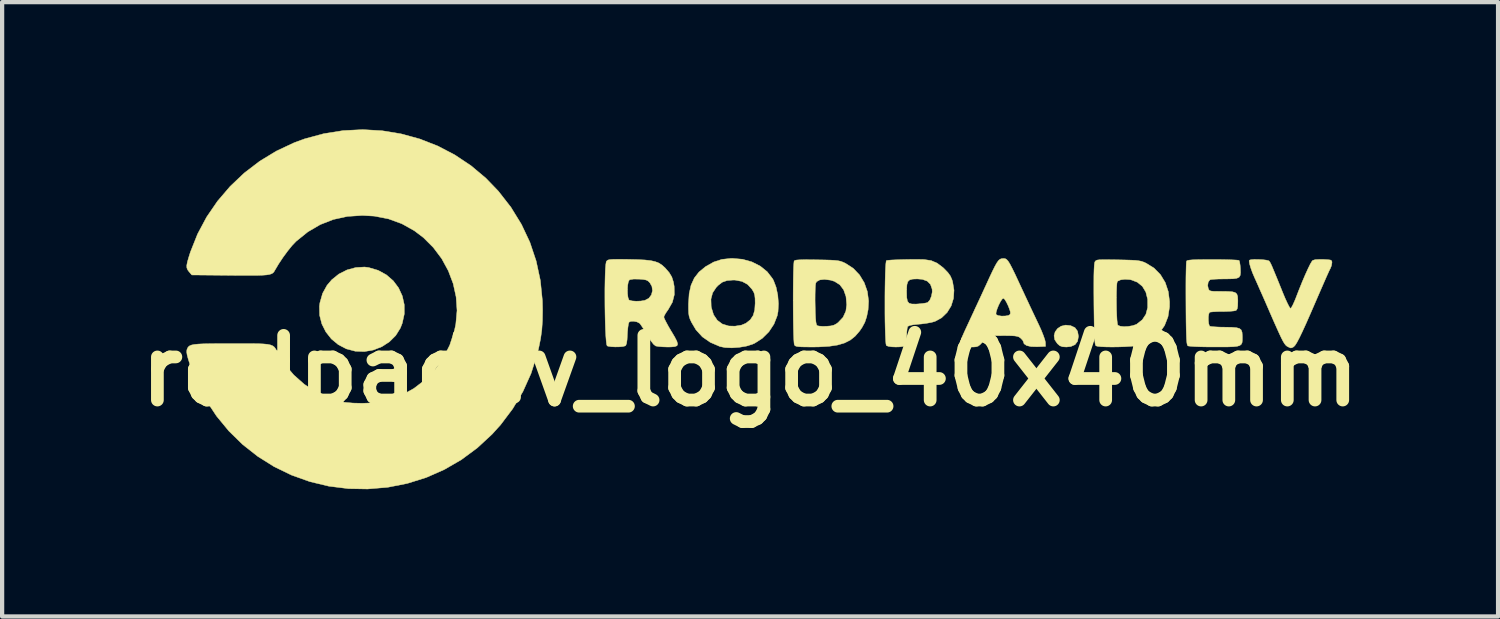
<source format=kicad_pcb>
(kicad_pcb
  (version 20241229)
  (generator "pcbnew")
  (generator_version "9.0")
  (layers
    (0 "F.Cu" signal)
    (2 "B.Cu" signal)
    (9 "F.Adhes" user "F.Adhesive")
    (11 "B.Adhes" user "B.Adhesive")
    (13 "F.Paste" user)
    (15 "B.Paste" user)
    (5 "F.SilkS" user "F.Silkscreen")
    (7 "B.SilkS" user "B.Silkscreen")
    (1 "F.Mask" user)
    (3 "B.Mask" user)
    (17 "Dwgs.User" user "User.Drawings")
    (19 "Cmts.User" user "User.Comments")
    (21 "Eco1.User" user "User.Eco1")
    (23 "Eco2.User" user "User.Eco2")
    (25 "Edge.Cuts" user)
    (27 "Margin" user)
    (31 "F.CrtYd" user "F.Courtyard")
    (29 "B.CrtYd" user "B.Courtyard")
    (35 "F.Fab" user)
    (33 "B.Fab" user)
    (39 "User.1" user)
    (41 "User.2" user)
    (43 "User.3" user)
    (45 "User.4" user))
  (footprint "rodpadev_logo_40x40mm"
    (layer "F.Cu")
    (at 14.63 5.69)
    (property "Reference" "rodpadev_logo_40x40mm" (at 0 0 0) (layer "F.SilkS") (effects (font (size 1.524 1.524) (thickness 0.3))))
    (attr through_hole)
    (fp_poly (pts (xy 7.555 -1.065) (xy 7.658 -1.017) (xy 7.719 -0.934) (xy 7.74 -0.817) (xy 7.74 -0.81) (xy 7.72 -0.696) (xy 7.66 -0.616) (xy 7.56 -0.572) (xy 7.456 -0.561) (xy 7.365 -0.567) (xy 7.302 -0.59) (xy 7.244 -0.64) (xy 7.182 -0.731) (xy 7.166 -0.827) (xy 7.19 -0.917) (xy 7.247 -0.995) (xy 7.331 -1.051) (xy 7.437 -1.077) (xy 7.555 -1.065)) (stroke (width 0.01) (type solid)) (fill yes) (layer "F.SilkS"))
    (fp_poly (pts (xy -8.99 -2.434) (xy -8.767 -2.368) (xy -8.573 -2.262) (xy -8.411 -2.122) (xy -8.285 -1.954) (xy -8.197 -1.763) (xy -8.151 -1.557) (xy -8.15 -1.341) (xy -8.198 -1.122) (xy -8.243 -1.007) (xy -8.352 -0.832) (xy -8.501 -0.684) (xy -8.68 -0.568) (xy -8.881 -0.49) (xy -9.094 -0.453) (xy -9.303 -0.461) (xy -9.516 -0.517) (xy -9.706 -0.616) (xy -9.869 -0.751) (xy -9.999 -0.916) (xy -10.093 -1.103) (xy -10.146 -1.307) (xy -10.151 -1.52) (xy -10.139 -1.605) (xy -10.076 -1.825) (xy -9.971 -2.015) (xy -9.859 -2.147) (xy -9.692 -2.281) (xy -9.5 -2.378) (xy -9.294 -2.434) (xy -9.087 -2.446) (xy -8.99 -2.434)) (stroke (width 0.01) (type solid)) (fill yes) (layer "F.SilkS"))
    (fp_poly (pts (xy -0.179 -2.629) (xy 0.043 -2.567) (xy 0.239 -2.468) (xy 0.404 -2.335) (xy 0.53 -2.171) (xy 0.552 -2.132) (xy 0.613 -1.972) (xy 0.653 -1.783) (xy 0.669 -1.583) (xy 0.659 -1.395) (xy 0.64 -1.297) (xy 0.563 -1.1) (xy 0.443 -0.919) (xy 0.289 -0.766) (xy 0.111 -0.651) (xy 0.055 -0.626) (xy -0.09 -0.581) (xy -0.258 -0.553) (xy -0.43 -0.541) (xy -0.589 -0.548) (xy -0.709 -0.572) (xy -0.937 -0.67) (xy -1.124 -0.8) (xy -1.275 -0.965) (xy -1.382 -1.146) (xy -1.416 -1.22) (xy -1.437 -1.286) (xy -1.448 -1.359) (xy -1.452 -1.456) (xy -1.452 -1.577) (xy -1.444 -1.69) (xy -0.922 -1.69) (xy -0.917 -1.52) (xy -0.912 -1.49) (xy -0.86 -1.32) (xy -0.773 -1.191) (xy -0.653 -1.102) (xy -0.501 -1.056) (xy -0.356 -1.052) (xy -0.204 -1.076) (xy -0.097 -1.121) (xy 0.006 -1.203) (xy 0.073 -1.304) (xy 0.11 -1.434) (xy 0.12 -1.593) (xy 0.118 -1.707) (xy 0.109 -1.786) (xy 0.089 -1.848) (xy 0.053 -1.91) (xy 0.047 -1.92) (xy -0.057 -2.035) (xy -0.189 -2.107) (xy -0.353 -2.138) (xy -0.401 -2.139) (xy -0.544 -2.127) (xy -0.656 -2.088) (xy -0.754 -2.012) (xy -0.797 -1.967) (xy -0.883 -1.837) (xy -0.922 -1.69) (xy -1.444 -1.69) (xy -1.436 -1.818) (xy -1.391 -2.018) (xy -1.315 -2.186) (xy -1.205 -2.327) (xy -1.056 -2.45) (xy -1.048 -2.456) (xy -0.859 -2.563) (xy -0.666 -2.626) (xy -0.453 -2.649) (xy -0.418 -2.65) (xy -0.179 -2.629)) (stroke (width 0.01) (type solid)) (fill yes) (layer "F.SilkS"))
    (fp_poly (pts (xy 13.512 -2.625) (xy 13.615 -2.619) (xy 13.676 -2.612) (xy 13.705 -2.597) (xy 13.715 -2.572) (xy 13.716 -2.549) (xy 13.703 -2.475) (xy 13.677 -2.41) (xy 13.663 -2.384) (xy 13.644 -2.345) (xy 13.619 -2.289) (xy 13.584 -2.212) (xy 13.539 -2.109) (xy 13.48 -1.974) (xy 13.406 -1.804) (xy 13.315 -1.594) (xy 13.221 -1.377) (xy 13.113 -1.131) (xy 13.022 -0.932) (xy 12.948 -0.778) (xy 12.889 -0.667) (xy 12.844 -0.597) (xy 12.811 -0.564) (xy 12.81 -0.563) (xy 12.768 -0.542) (xy 12.738 -0.539) (xy 12.695 -0.558) (xy 12.673 -0.569) (xy 12.648 -0.584) (xy 12.623 -0.607) (xy 12.596 -0.642) (xy 12.564 -0.695) (xy 12.525 -0.77) (xy 12.476 -0.874) (xy 12.414 -1.011) (xy 12.336 -1.186) (xy 12.241 -1.404) (xy 12.23 -1.43) (xy 12.153 -1.607) (xy 12.078 -1.778) (xy 12.009 -1.933) (xy 11.952 -2.063) (xy 11.909 -2.159) (xy 11.894 -2.191) (xy 11.842 -2.313) (xy 11.801 -2.427) (xy 11.774 -2.521) (xy 11.764 -2.586) (xy 11.769 -2.607) (xy 11.808 -2.619) (xy 11.884 -2.625) (xy 11.979 -2.624) (xy 12.078 -2.619) (xy 12.165 -2.609) (xy 12.222 -2.595) (xy 12.234 -2.588) (xy 12.246 -2.572) (xy 12.262 -2.547) (xy 12.282 -2.507) (xy 12.309 -2.447) (xy 12.345 -2.36) (xy 12.394 -2.242) (xy 12.458 -2.086) (xy 12.538 -1.888) (xy 12.558 -1.838) (xy 12.612 -1.709) (xy 12.662 -1.6) (xy 12.703 -1.519) (xy 12.731 -1.476) (xy 12.739 -1.471) (xy 12.762 -1.494) (xy 12.796 -1.557) (xy 12.837 -1.648) (xy 12.86 -1.704) (xy 12.939 -1.908) (xy 13.015 -2.097) (xy 13.087 -2.265) (xy 13.151 -2.406) (xy 13.204 -2.514) (xy 13.244 -2.581) (xy 13.26 -2.601) (xy 13.321 -2.62) (xy 13.429 -2.626) (xy 13.512 -2.625)) (stroke (width 0.01) (type solid)) (fill yes) (layer "F.SilkS"))
    (fp_poly (pts (xy 1.423 -2.618) (xy 1.581 -2.616) (xy 1.76 -2.613) (xy 1.895 -2.609) (xy 1.996 -2.603) (xy 2.07 -2.595) (xy 2.127 -2.583) (xy 2.177 -2.566) (xy 2.229 -2.543) (xy 2.251 -2.532) (xy 2.432 -2.415) (xy 2.58 -2.26) (xy 2.692 -2.075) (xy 2.765 -1.867) (xy 2.794 -1.644) (xy 2.782 -1.439) (xy 2.749 -1.275) (xy 2.705 -1.143) (xy 2.639 -1.021) (xy 2.58 -0.935) (xy 2.478 -0.817) (xy 2.362 -0.724) (xy 2.225 -0.655) (xy 2.061 -0.607) (xy 1.861 -0.577) (xy 1.619 -0.563) (xy 1.488 -0.561) (xy 1.329 -0.562) (xy 1.216 -0.564) (xy 1.139 -0.569) (xy 1.091 -0.577) (xy 1.063 -0.589) (xy 1.047 -0.607) (xy 1.044 -0.613) (xy 1.037 -0.652) (xy 1.031 -0.736) (xy 1.026 -0.859) (xy 1.022 -1.012) (xy 1.019 -1.188) (xy 1.017 -1.381) (xy 1.016 -1.581) (xy 1.016 -1.66) (xy 1.532 -1.66) (xy 1.534 -1.547) (xy 1.538 -1.37) (xy 1.544 -1.24) (xy 1.552 -1.151) (xy 1.563 -1.096) (xy 1.577 -1.069) (xy 1.58 -1.066) (xy 1.625 -1.054) (xy 1.705 -1.048) (xy 1.797 -1.049) (xy 1.903 -1.058) (xy 1.978 -1.077) (xy 2.042 -1.112) (xy 2.077 -1.139) (xy 2.192 -1.261) (xy 2.258 -1.406) (xy 2.278 -1.557) (xy 2.261 -1.751) (xy 2.206 -1.908) (xy 2.116 -2.028) (xy 1.99 -2.108) (xy 1.896 -2.137) (xy 1.754 -2.155) (xy 1.644 -2.143) (xy 1.571 -2.103) (xy 1.549 -2.068) (xy 1.541 -2.02) (xy 1.536 -1.929) (xy 1.533 -1.806) (xy 1.532 -1.66) (xy 1.016 -1.66) (xy 1.016 -1.782) (xy 1.017 -1.976) (xy 1.019 -2.157) (xy 1.022 -2.315) (xy 1.026 -2.444) (xy 1.032 -2.537) (xy 1.038 -2.585) (xy 1.04 -2.589) (xy 1.058 -2.602) (xy 1.099 -2.611) (xy 1.17 -2.616) (xy 1.275 -2.619) (xy 1.423 -2.618)) (stroke (width 0.01) (type solid)) (fill yes) (layer "F.SilkS"))
    (fp_poly (pts (xy 3.983 -2.625) (xy 4.091 -2.623) (xy 4.104 -2.622) (xy 4.268 -2.598) (xy 4.41 -2.537) (xy 4.548 -2.433) (xy 4.576 -2.406) (xy 4.663 -2.316) (xy 4.72 -2.237) (xy 4.758 -2.151) (xy 4.774 -2.1) (xy 4.807 -1.9) (xy 4.795 -1.708) (xy 4.74 -1.53) (xy 4.645 -1.375) (xy 4.514 -1.249) (xy 4.358 -1.164) (xy 4.276 -1.141) (xy 4.16 -1.12) (xy 4.033 -1.103) (xy 3.989 -1.1) (xy 3.853 -1.086) (xy 3.765 -1.069) (xy 3.72 -1.048) (xy 3.715 -1.042) (xy 3.703 -0.997) (xy 3.694 -0.915) (xy 3.69 -0.816) (xy 3.69 -0.814) (xy 3.685 -0.707) (xy 3.673 -0.629) (xy 3.658 -0.594) (xy 3.612 -0.575) (xy 3.532 -0.564) (xy 3.434 -0.561) (xy 3.337 -0.565) (xy 3.258 -0.577) (xy 3.213 -0.596) (xy 3.212 -0.597) (xy 3.203 -0.634) (xy 3.196 -0.716) (xy 3.19 -0.836) (xy 3.185 -0.987) (xy 3.181 -1.161) (xy 3.179 -1.352) (xy 3.179 -1.552) (xy 3.179 -1.753) (xy 3.18 -1.858) (xy 3.69 -1.858) (xy 3.693 -1.728) (xy 3.709 -1.642) (xy 3.746 -1.594) (xy 3.813 -1.574) (xy 3.917 -1.573) (xy 3.974 -1.577) (xy 4.071 -1.587) (xy 4.148 -1.599) (xy 4.188 -1.611) (xy 4.238 -1.668) (xy 4.275 -1.758) (xy 4.294 -1.858) (xy 4.291 -1.926) (xy 4.252 -2.038) (xy 4.176 -2.114) (xy 4.061 -2.156) (xy 3.944 -2.166) (xy 3.834 -2.162) (xy 3.762 -2.143) (xy 3.719 -2.102) (xy 3.697 -2.029) (xy 3.69 -1.915) (xy 3.69 -1.858) (xy 3.18 -1.858) (xy 3.181 -1.949) (xy 3.184 -2.131) (xy 3.188 -2.294) (xy 3.194 -2.429) (xy 3.201 -2.529) (xy 3.209 -2.586) (xy 3.214 -2.598) (xy 3.25 -2.604) (xy 3.328 -2.611) (xy 3.439 -2.616) (xy 3.57 -2.621) (xy 3.712 -2.624) (xy 3.853 -2.626) (xy 3.983 -2.625)) (stroke (width 0.01) (type solid)) (fill yes) (layer "F.SilkS"))
    (fp_poly (pts (xy 8.429 -2.619) (xy 8.584 -2.617) (xy 8.671 -2.616) (xy 8.851 -2.612) (xy 8.986 -2.608) (xy 9.086 -2.603) (xy 9.16 -2.594) (xy 9.219 -2.582) (xy 9.271 -2.565) (xy 9.325 -2.541) (xy 9.338 -2.535) (xy 9.523 -2.42) (xy 9.673 -2.267) (xy 9.786 -2.081) (xy 9.858 -1.866) (xy 9.888 -1.628) (xy 9.887 -1.507) (xy 9.851 -1.274) (xy 9.77 -1.067) (xy 9.646 -0.891) (xy 9.485 -0.748) (xy 9.287 -0.643) (xy 9.159 -0.601) (xy 9.08 -0.587) (xy 8.967 -0.576) (xy 8.83 -0.568) (xy 8.682 -0.563) (xy 8.533 -0.561) (xy 8.395 -0.563) (xy 8.278 -0.568) (xy 8.193 -0.577) (xy 8.155 -0.588) (xy 8.144 -0.601) (xy 8.135 -0.629) (xy 8.128 -0.678) (xy 8.122 -0.751) (xy 8.117 -0.855) (xy 8.113 -0.994) (xy 8.11 -1.174) (xy 8.107 -1.398) (xy 8.105 -1.56) (xy 8.104 -1.732) (xy 8.635 -1.732) (xy 8.636 -1.587) (xy 8.638 -1.442) (xy 8.643 -1.308) (xy 8.649 -1.196) (xy 8.658 -1.115) (xy 8.667 -1.076) (xy 8.668 -1.075) (xy 8.723 -1.051) (xy 8.811 -1.041) (xy 8.915 -1.046) (xy 9.019 -1.064) (xy 9.103 -1.093) (xy 9.114 -1.099) (xy 9.244 -1.201) (xy 9.33 -1.331) (xy 9.372 -1.491) (xy 9.371 -1.682) (xy 9.37 -1.691) (xy 9.328 -1.857) (xy 9.247 -1.991) (xy 9.129 -2.088) (xy 8.979 -2.145) (xy 8.947 -2.15) (xy 8.835 -2.157) (xy 8.738 -2.145) (xy 8.671 -2.116) (xy 8.656 -2.101) (xy 8.647 -2.061) (xy 8.641 -1.979) (xy 8.637 -1.866) (xy 8.635 -1.732) (xy 8.104 -1.732) (xy 8.103 -1.837) (xy 8.103 -2.064) (xy 8.104 -2.244) (xy 8.108 -2.382) (xy 8.113 -2.479) (xy 8.12 -2.54) (xy 8.127 -2.566) (xy 8.14 -2.586) (xy 8.158 -2.601) (xy 8.188 -2.611) (xy 8.238 -2.617) (xy 8.316 -2.619) (xy 8.429 -2.619)) (stroke (width 0.01) (type solid)) (fill yes) (layer "F.SilkS"))
    (fp_poly (pts (xy 6.016 -2.642) (xy 6.048 -2.623) (xy 6.083 -2.584) (xy 6.124 -2.519) (xy 6.175 -2.422) (xy 6.241 -2.288) (xy 6.318 -2.123) (xy 6.41 -1.925) (xy 6.485 -1.764) (xy 6.548 -1.63) (xy 6.603 -1.511) (xy 6.657 -1.397) (xy 6.714 -1.277) (xy 6.779 -1.14) (xy 6.806 -1.083) (xy 6.866 -0.951) (xy 6.914 -0.83) (xy 6.948 -0.732) (xy 6.962 -0.67) (xy 6.962 -0.668) (xy 6.965 -0.575) (xy 6.768 -0.567) (xy 6.623 -0.571) (xy 6.519 -0.595) (xy 6.458 -0.637) (xy 6.444 -0.68) (xy 6.424 -0.722) (xy 6.377 -0.77) (xy 6.373 -0.773) (xy 6.339 -0.797) (xy 6.297 -0.812) (xy 6.239 -0.822) (xy 6.153 -0.827) (xy 6.029 -0.829) (xy 5.958 -0.829) (xy 5.815 -0.828) (xy 5.716 -0.826) (xy 5.651 -0.819) (xy 5.609 -0.808) (xy 5.58 -0.789) (xy 5.56 -0.769) (xy 5.479 -0.677) (xy 5.423 -0.617) (xy 5.377 -0.582) (xy 5.33 -0.566) (xy 5.269 -0.561) (xy 5.181 -0.561) (xy 5.179 -0.561) (xy 5.081 -0.564) (xy 5.005 -0.57) (xy 4.966 -0.578) (xy 4.964 -0.579) (xy 4.948 -0.617) (xy 4.955 -0.68) (xy 4.988 -0.774) (xy 5.037 -0.887) (xy 5.081 -0.983) (xy 5.141 -1.112) (xy 5.21 -1.261) (xy 5.245 -1.335) (xy 5.796 -1.335) (xy 5.8 -1.326) (xy 5.847 -1.302) (xy 5.924 -1.29) (xy 6.011 -1.291) (xy 6.085 -1.303) (xy 6.123 -1.323) (xy 6.137 -1.355) (xy 6.132 -1.402) (xy 6.106 -1.477) (xy 6.082 -1.537) (xy 6.04 -1.623) (xy 6.001 -1.685) (xy 5.972 -1.711) (xy 5.971 -1.711) (xy 5.94 -1.688) (xy 5.901 -1.629) (xy 5.86 -1.549) (xy 5.825 -1.463) (xy 5.801 -1.387) (xy 5.796 -1.335) (xy 5.245 -1.335) (xy 5.281 -1.414) (xy 5.307 -1.471) (xy 5.375 -1.616) (xy 5.441 -1.758) (xy 5.498 -1.882) (xy 5.541 -1.976) (xy 5.555 -2.005) (xy 5.643 -2.198) (xy 5.714 -2.348) (xy 5.77 -2.461) (xy 5.814 -2.54) (xy 5.852 -2.594) (xy 5.885 -2.625) (xy 5.919 -2.641) (xy 5.956 -2.646) (xy 5.983 -2.647) (xy 6.016 -2.642)) (stroke (width 0.01) (type solid)) (fill yes) (layer "F.SilkS"))
    (fp_poly (pts (xy 10.909 -2.623) (xy 11.082 -2.622) (xy 11.238 -2.619) (xy 11.368 -2.615) (xy 11.464 -2.61) (xy 11.518 -2.604) (xy 11.527 -2.601) (xy 11.539 -2.565) (xy 11.551 -2.492) (xy 11.558 -2.41) (xy 11.561 -2.315) (xy 11.553 -2.249) (xy 11.527 -2.206) (xy 11.473 -2.181) (xy 11.385 -2.169) (xy 11.255 -2.166) (xy 11.181 -2.165) (xy 11.055 -2.164) (xy 10.948 -2.159) (xy 10.872 -2.152) (xy 10.839 -2.145) (xy 10.799 -2.091) (xy 10.787 -2.011) (xy 10.8 -1.942) (xy 10.814 -1.911) (xy 10.833 -1.89) (xy 10.869 -1.879) (xy 10.931 -1.873) (xy 11.03 -1.872) (xy 11.11 -1.872) (xy 11.261 -1.87) (xy 11.366 -1.863) (xy 11.435 -1.844) (xy 11.474 -1.809) (xy 11.492 -1.753) (xy 11.497 -1.67) (xy 11.497 -1.631) (xy 11.494 -1.527) (xy 11.484 -1.465) (xy 11.464 -1.431) (xy 11.45 -1.421) (xy 11.404 -1.411) (xy 11.319 -1.403) (xy 11.209 -1.398) (xy 11.133 -1.397) (xy 11.016 -1.396) (xy 10.918 -1.391) (xy 10.852 -1.384) (xy 10.832 -1.379) (xy 10.813 -1.342) (xy 10.803 -1.271) (xy 10.803 -1.187) (xy 10.811 -1.11) (xy 10.828 -1.059) (xy 10.835 -1.051) (xy 10.874 -1.043) (xy 10.954 -1.036) (xy 11.065 -1.03) (xy 11.194 -1.028) (xy 11.2 -1.028) (xy 11.355 -1.025) (xy 11.464 -1.016) (xy 11.535 -0.997) (xy 11.577 -0.962) (xy 11.597 -0.908) (xy 11.603 -0.828) (xy 11.604 -0.786) (xy 11.603 -0.716) (xy 11.597 -0.663) (xy 11.578 -0.624) (xy 11.542 -0.596) (xy 11.482 -0.578) (xy 11.391 -0.568) (xy 11.264 -0.563) (xy 11.093 -0.562) (xy 10.94 -0.562) (xy 10.768 -0.563) (xy 10.612 -0.566) (xy 10.481 -0.571) (xy 10.384 -0.578) (xy 10.329 -0.585) (xy 10.32 -0.588) (xy 10.31 -0.601) (xy 10.301 -0.629) (xy 10.294 -0.676) (xy 10.288 -0.748) (xy 10.284 -0.85) (xy 10.28 -0.987) (xy 10.277 -1.163) (xy 10.275 -1.385) (xy 10.274 -1.583) (xy 10.273 -1.807) (xy 10.273 -2.014) (xy 10.274 -2.199) (xy 10.277 -2.355) (xy 10.28 -2.476) (xy 10.284 -2.556) (xy 10.289 -2.588) (xy 10.309 -2.6) (xy 10.355 -2.609) (xy 10.432 -2.616) (xy 10.546 -2.62) (xy 10.702 -2.622) (xy 10.906 -2.623) (xy 10.909 -2.623)) (stroke (width 0.01) (type solid)) (fill yes) (layer "F.SilkS"))
    (fp_poly (pts (xy -3.014 -2.628) (xy -2.87 -2.626) (xy -2.652 -2.621) (xy -2.478 -2.612) (xy -2.342 -2.597) (xy -2.236 -2.573) (xy -2.151 -2.54) (xy -2.079 -2.494) (xy -2.013 -2.435) (xy -2.003 -2.426) (xy -1.907 -2.315) (xy -1.845 -2.212) (xy -1.807 -2.093) (xy -1.789 -1.991) (xy -1.785 -1.796) (xy -1.831 -1.616) (xy -1.929 -1.445) (xy -1.939 -1.431) (xy -1.99 -1.357) (xy -2.024 -1.294) (xy -2.032 -1.266) (xy -2.019 -1.227) (xy -1.982 -1.153) (xy -1.929 -1.054) (xy -1.863 -0.941) (xy -1.856 -0.93) (xy -1.775 -0.794) (xy -1.725 -0.696) (xy -1.707 -0.63) (xy -1.723 -0.59) (xy -1.775 -0.57) (xy -1.864 -0.562) (xy -1.953 -0.561) (xy -2.063 -0.565) (xy -2.158 -0.573) (xy -2.221 -0.584) (xy -2.226 -0.586) (xy -2.275 -0.625) (xy -2.34 -0.709) (xy -2.418 -0.833) (xy -2.428 -0.85) (xy -2.49 -0.954) (xy -2.546 -1.041) (xy -2.588 -1.102) (xy -2.604 -1.121) (xy -2.667 -1.153) (xy -2.744 -1.168) (xy -2.815 -1.165) (xy -2.853 -1.146) (xy -2.867 -1.104) (xy -2.879 -1.023) (xy -2.889 -0.917) (xy -2.892 -0.861) (xy -2.899 -0.732) (xy -2.911 -0.648) (xy -2.928 -0.601) (xy -2.941 -0.588) (xy -2.993 -0.573) (xy -3.078 -0.565) (xy -3.178 -0.563) (xy -3.274 -0.568) (xy -3.346 -0.579) (xy -3.369 -0.588) (xy -3.381 -0.621) (xy -3.391 -0.7) (xy -3.4 -0.818) (xy -3.408 -0.968) (xy -3.414 -1.142) (xy -3.418 -1.332) (xy -3.421 -1.531) (xy -3.422 -1.733) (xy -3.422 -1.918) (xy -2.89 -1.918) (xy -2.888 -1.819) (xy -2.878 -1.733) (xy -2.859 -1.677) (xy -2.849 -1.666) (xy -2.782 -1.647) (xy -2.684 -1.64) (xy -2.576 -1.644) (xy -2.48 -1.66) (xy -2.387 -1.709) (xy -2.326 -1.789) (xy -2.3 -1.888) (xy -2.314 -1.991) (xy -2.363 -2.076) (xy -2.403 -2.116) (xy -2.45 -2.14) (xy -2.518 -2.153) (xy -2.617 -2.161) (xy -2.748 -2.162) (xy -2.829 -2.149) (xy -2.848 -2.139) (xy -2.87 -2.094) (xy -2.884 -2.016) (xy -2.89 -1.918) (xy -3.422 -1.918) (xy -3.422 -1.929) (xy -3.419 -2.112) (xy -3.415 -2.275) (xy -3.409 -2.411) (xy -3.4 -2.512) (xy -3.39 -2.57) (xy -3.386 -2.58) (xy -3.369 -2.598) (xy -3.345 -2.612) (xy -3.305 -2.621) (xy -3.242 -2.626) (xy -3.147 -2.628) (xy -3.014 -2.628)) (stroke (width 0.01) (type solid)) (fill yes) (layer "F.SilkS"))
    (fp_poly (pts (xy -8.675 -5.659) (xy -8.225 -5.585) (xy -7.787 -5.465) (xy -7.364 -5.3) (xy -6.961 -5.09) (xy -6.581 -4.837) (xy -6.229 -4.542) (xy -5.934 -4.236) (xy -5.637 -3.855) (xy -5.389 -3.452) (xy -5.19 -3.03) (xy -5.042 -2.588) (xy -4.943 -2.128) (xy -4.895 -1.651) (xy -4.89 -1.431) (xy -4.894 -1.181) (xy -4.909 -0.962) (xy -4.938 -0.755) (xy -4.982 -0.539) (xy -5.019 -0.388) (xy -5.162 0.062) (xy -5.354 0.489) (xy -5.594 0.893) (xy -5.88 1.273) (xy -6.08 1.494) (xy -6.429 1.817) (xy -6.806 2.096) (xy -7.209 2.329) (xy -7.634 2.516) (xy -8.079 2.655) (xy -8.54 2.746) (xy -9.015 2.786) (xy -9.465 2.778) (xy -9.93 2.72) (xy -10.379 2.612) (xy -10.81 2.458) (xy -11.22 2.259) (xy -11.604 2.018) (xy -11.961 1.737) (xy -12.286 1.419) (xy -12.577 1.066) (xy -12.831 0.681) (xy -13.043 0.266) (xy -13.198 -0.133) (xy -13.242 -0.272) (xy -13.269 -0.371) (xy -13.279 -0.44) (xy -13.276 -0.489) (xy -13.272 -0.503) (xy -13.258 -0.538) (xy -13.238 -0.567) (xy -13.208 -0.59) (xy -13.163 -0.608) (xy -13.097 -0.621) (xy -13.005 -0.63) (xy -12.881 -0.636) (xy -12.721 -0.639) (xy -12.519 -0.641) (xy -12.269 -0.641) (xy -12.218 -0.641) (xy -11.965 -0.641) (xy -11.759 -0.641) (xy -11.596 -0.639) (xy -11.469 -0.633) (xy -11.373 -0.624) (xy -11.303 -0.609) (xy -11.252 -0.588) (xy -11.214 -0.559) (xy -11.186 -0.522) (xy -11.159 -0.475) (xy -11.132 -0.42) (xy -10.965 -0.148) (xy -10.755 0.099) (xy -10.509 0.317) (xy -10.233 0.499) (xy -9.935 0.641) (xy -9.719 0.712) (xy -9.556 0.743) (xy -9.359 0.761) (xy -9.144 0.766) (xy -8.928 0.758) (xy -8.729 0.738) (xy -8.562 0.705) (xy -8.548 0.701) (xy -8.222 0.581) (xy -7.924 0.416) (xy -7.658 0.212) (xy -7.426 -0.029) (xy -7.232 -0.302) (xy -7.079 -0.604) (xy -6.972 -0.93) (xy -6.936 -1.1) (xy -6.907 -1.42) (xy -6.929 -1.74) (xy -6.998 -2.055) (xy -7.113 -2.358) (xy -7.269 -2.644) (xy -7.466 -2.906) (xy -7.699 -3.139) (xy -7.914 -3.302) (xy -8.208 -3.466) (xy -8.523 -3.581) (xy -8.857 -3.646) (xy -9.138 -3.662) (xy -9.491 -3.639) (xy -9.822 -3.567) (xy -10.132 -3.446) (xy -10.424 -3.275) (xy -10.699 -3.053) (xy -10.7 -3.052) (xy -10.793 -2.955) (xy -10.899 -2.824) (xy -11.01 -2.673) (xy -11.114 -2.516) (xy -11.202 -2.368) (xy -11.207 -2.359) (xy -11.225 -2.329) (xy -11.249 -2.305) (xy -11.282 -2.286) (xy -11.33 -2.271) (xy -11.399 -2.26) (xy -11.494 -2.253) (xy -11.62 -2.249) (xy -11.782 -2.248) (xy -11.985 -2.248) (xy -12.235 -2.25) (xy -12.321 -2.251) (xy -13.159 -2.259) (xy -13.226 -2.337) (xy -13.258 -2.381) (xy -13.276 -2.427) (xy -13.278 -2.485) (xy -13.263 -2.565) (xy -13.231 -2.676) (xy -13.191 -2.802) (xy -13.023 -3.224) (xy -12.809 -3.625) (xy -12.552 -4) (xy -12.255 -4.347) (xy -11.923 -4.662) (xy -11.558 -4.941) (xy -11.165 -5.18) (xy -10.747 -5.376) (xy -10.503 -5.466) (xy -10.049 -5.589) (xy -9.591 -5.662) (xy -9.131 -5.685) (xy -8.675 -5.659)) (stroke (width 0.01) (type solid)) (fill yes) (layer "F.SilkS")))
  (gr_rect
    (start -3 -3)
    (end 32.261 11.481)
    (stroke (width 0.1) (type default))
    (fill no)
    (layer "Edge.Cuts")))
</source>
